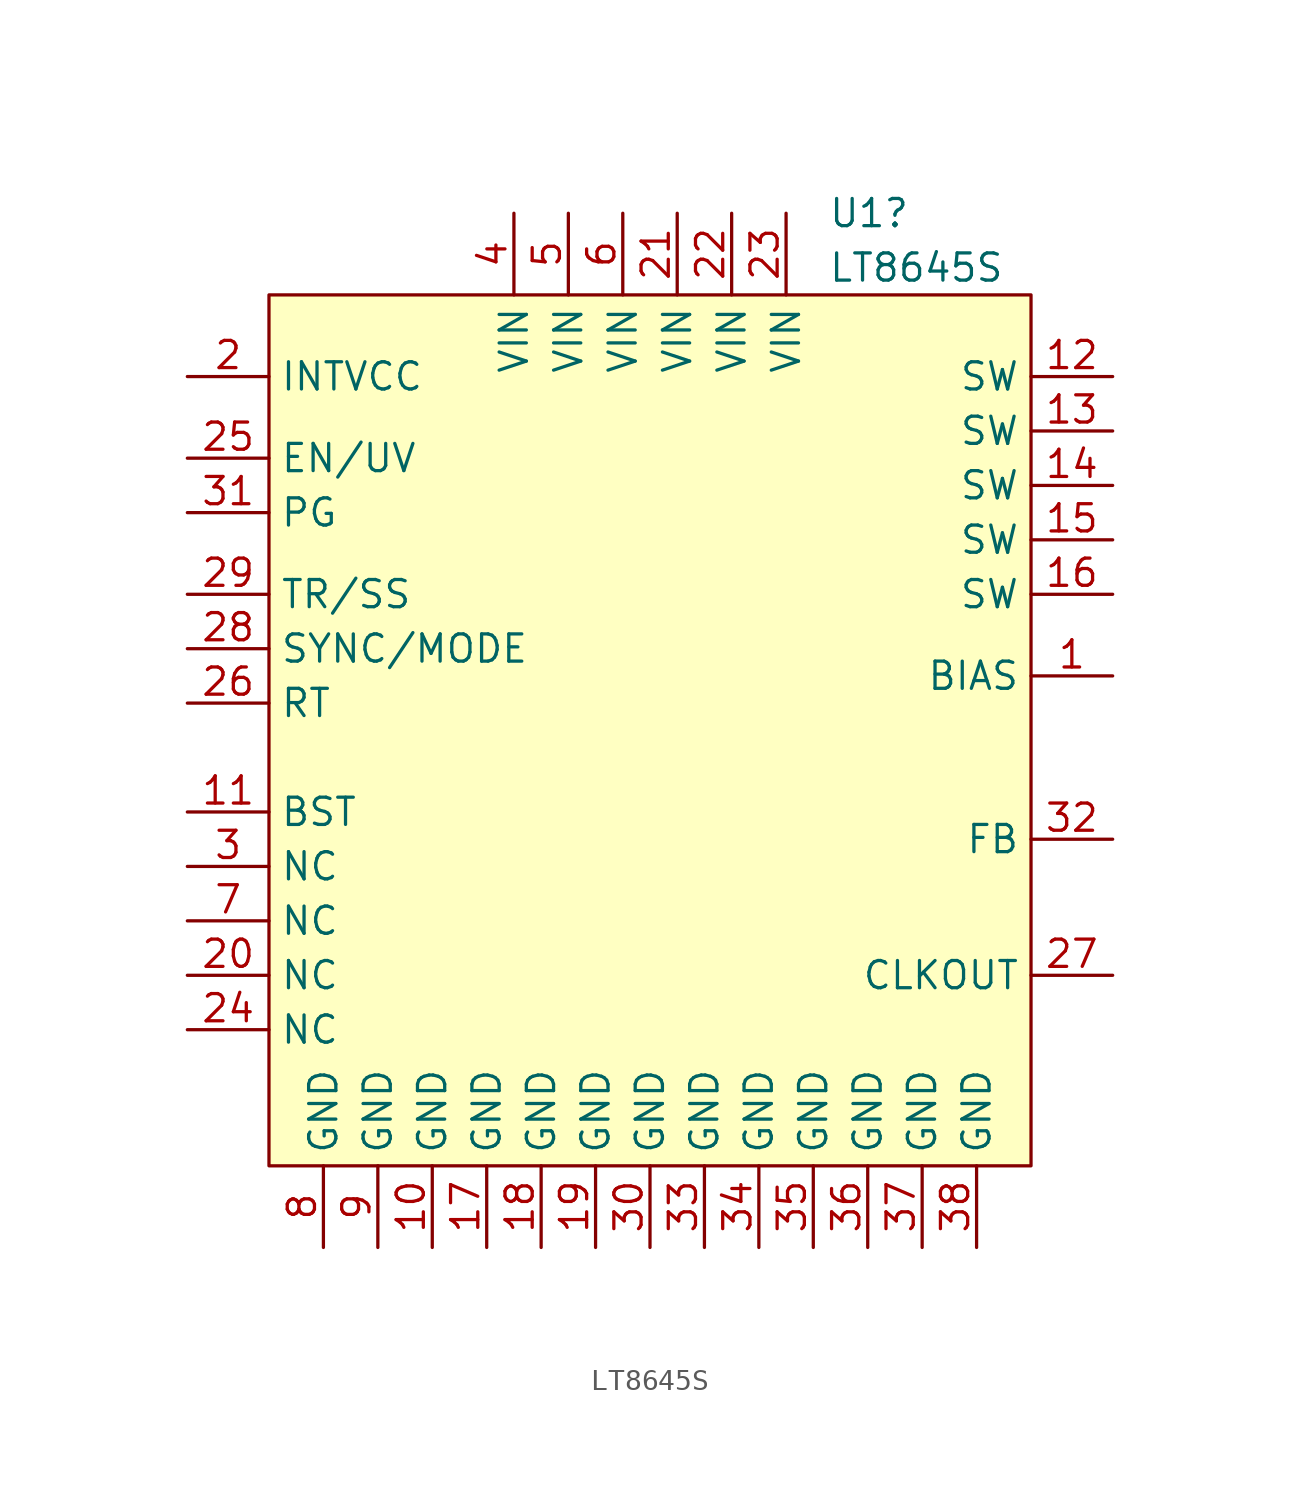
<source format=kicad_sym>
(kicad_symbol_lib
  (version 20241209)
  (generator "kicad_symbol_editor")
  (generator_version "9.0")
  (symbol "LT8645S"
    (property "Reference" "U1"
      (at 8.306 24.13 0)
      (effects (font (size 1.27 1.27)) (justify left)))
    (property "Value" "LT8645S"
      (at 8.306 21.59 0)
      (effects (font (size 1.27 1.27)) (justify left)))
    (property "Description" ""
      (at 0 0 0)
      (effects (font (size 1.27 1.27))))
    (symbol "LT8645S_1_1"
      (rectangle (start -17.78 20.32) (end 17.78 -20.32) (stroke (width 0) (type default)) (fill (type background)))
      (pin passive line (at -21.59 16.51 0) (length 3.81) (name "INTVCC" (effects (font (size 1.27 1.27)))) (number "2" (effects (font (size 1.27 1.27)))))
      (pin passive line (at -21.59 12.7 0) (length 3.81) (name "EN/UV" (effects (font (size 1.27 1.27)))) (number "25" (effects (font (size 1.27 1.27)))))
      (pin passive line (at -21.59 10.16 0) (length 3.81) (name "PG" (effects (font (size 1.27 1.27)))) (number "31" (effects (font (size 1.27 1.27)))))
      (pin passive line (at -21.59 6.35 0) (length 3.81) (name "TR/SS" (effects (font (size 1.27 1.27)))) (number "29" (effects (font (size 1.27 1.27)))))
      (pin passive line (at -21.59 3.81 0) (length 3.81) (name "SYNC/MODE" (effects (font (size 1.27 1.27)))) (number "28" (effects (font (size 1.27 1.27)))))
      (pin passive line (at -21.59 1.27 0) (length 3.81) (name "RT" (effects (font (size 1.27 1.27)))) (number "26" (effects (font (size 1.27 1.27)))))
      (pin passive line (at -21.59 -3.81 0) (length 3.81) (name "BST" (effects (font (size 1.27 1.27)))) (number "11" (effects (font (size 1.27 1.27)))))
      (pin passive line (at -21.59 -6.35 0) (length 3.81) (name "NC" (effects (font (size 1.27 1.27)))) (number "3" (effects (font (size 1.27 1.27)))))
      (pin passive line (at -21.59 -8.89 0) (length 3.81) (name "NC" (effects (font (size 1.27 1.27)))) (number "7" (effects (font (size 1.27 1.27)))))
      (pin passive line (at -21.59 -11.43 0) (length 3.81) (name "NC" (effects (font (size 1.27 1.27)))) (number "20" (effects (font (size 1.27 1.27)))))
      (pin passive line (at -21.59 -13.97 0) (length 3.81) (name "NC" (effects (font (size 1.27 1.27)))) (number "24" (effects (font (size 1.27 1.27)))))
      (pin passive line (at -15.24 -24.13 90) (length 3.81) (name "GND" (effects (font (size 1.27 1.27)))) (number "8" (effects (font (size 1.27 1.27)))))
      (pin passive line (at -12.7 -24.13 90) (length 3.81) (name "GND" (effects (font (size 1.27 1.27)))) (number "9" (effects (font (size 1.27 1.27)))))
      (pin passive line (at -10.16 -24.13 90) (length 3.81) (name "GND" (effects (font (size 1.27 1.27)))) (number "10" (effects (font (size 1.27 1.27)))))
      (pin passive line (at -7.62 -24.13 90) (length 3.81) (name "GND" (effects (font (size 1.27 1.27)))) (number "17" (effects (font (size 1.27 1.27)))))
      (pin passive line (at -6.35 24.13 270) (length 3.81) (name "VIN" (effects (font (size 1.27 1.27)))) (number "4" (effects (font (size 1.27 1.27)))))
      (pin passive line (at -5.08 -24.13 90) (length 3.81) (name "GND" (effects (font (size 1.27 1.27)))) (number "18" (effects (font (size 1.27 1.27)))))
      (pin passive line (at -3.81 24.13 270) (length 3.81) (name "VIN" (effects (font (size 1.27 1.27)))) (number "5" (effects (font (size 1.27 1.27)))))
      (pin passive line (at -2.54 -24.13 90) (length 3.81) (name "GND" (effects (font (size 1.27 1.27)))) (number "19" (effects (font (size 1.27 1.27)))))
      (pin passive line (at -1.27 24.13 270) (length 3.81) (name "VIN" (effects (font (size 1.27 1.27)))) (number "6" (effects (font (size 1.27 1.27)))))
      (pin passive line (at 0 -24.13 90) (length 3.81) (name "GND" (effects (font (size 1.27 1.27)))) (number "30" (effects (font (size 1.27 1.27)))))
      (pin passive line (at 1.27 24.13 270) (length 3.81) (name "VIN" (effects (font (size 1.27 1.27)))) (number "21" (effects (font (size 1.27 1.27)))))
      (pin passive line (at 2.54 -24.13 90) (length 3.81) (name "GND" (effects (font (size 1.27 1.27)))) (number "33" (effects (font (size 1.27 1.27)))))
      (pin passive line (at 3.81 24.13 270) (length 3.81) (name "VIN" (effects (font (size 1.27 1.27)))) (number "22" (effects (font (size 1.27 1.27)))))
      (pin passive line (at 5.08 -24.13 90) (length 3.81) (name "GND" (effects (font (size 1.27 1.27)))) (number "34" (effects (font (size 1.27 1.27)))))
      (pin passive line (at 6.35 24.13 270) (length 3.81) (name "VIN" (effects (font (size 1.27 1.27)))) (number "23" (effects (font (size 1.27 1.27)))))
      (pin passive line (at 7.62 -24.13 90) (length 3.81) (name "GND" (effects (font (size 1.27 1.27)))) (number "35" (effects (font (size 1.27 1.27)))))
      (pin passive line (at 10.16 -24.13 90) (length 3.81) (name "GND" (effects (font (size 1.27 1.27)))) (number "36" (effects (font (size 1.27 1.27)))))
      (pin passive line (at 12.7 -24.13 90) (length 3.81) (name "GND" (effects (font (size 1.27 1.27)))) (number "37" (effects (font (size 1.27 1.27)))))
      (pin passive line (at 15.24 -24.13 90) (length 3.81) (name "GND" (effects (font (size 1.27 1.27)))) (number "38" (effects (font (size 1.27 1.27)))))
      (pin passive line (at 21.59 16.51 180) (length 3.81) (name "SW" (effects (font (size 1.27 1.27)))) (number "12" (effects (font (size 1.27 1.27)))))
      (pin passive line (at 21.59 13.97 180) (length 3.81) (name "SW" (effects (font (size 1.27 1.27)))) (number "13" (effects (font (size 1.27 1.27)))))
      (pin passive line (at 21.59 11.43 180) (length 3.81) (name "SW" (effects (font (size 1.27 1.27)))) (number "14" (effects (font (size 1.27 1.27)))))
      (pin passive line (at 21.59 8.89 180) (length 3.81) (name "SW" (effects (font (size 1.27 1.27)))) (number "15" (effects (font (size 1.27 1.27)))))
      (pin passive line (at 21.59 6.35 180) (length 3.81) (name "SW" (effects (font (size 1.27 1.27)))) (number "16" (effects (font (size 1.27 1.27)))))
      (pin passive line (at 21.59 2.54 180) (length 3.81) (name "BIAS" (effects (font (size 1.27 1.27)))) (number "1" (effects (font (size 1.27 1.27)))))
      (pin passive line (at 21.59 -5.08 180) (length 3.81) (name "FB" (effects (font (size 1.27 1.27)))) (number "32" (effects (font (size 1.27 1.27)))))
      (pin passive line (at 21.59 -11.43 180) (length 3.81) (name "CLKOUT" (effects (font (size 1.27 1.27)))) (number "27" (effects (font (size 1.27 1.27))))))))
</source>
